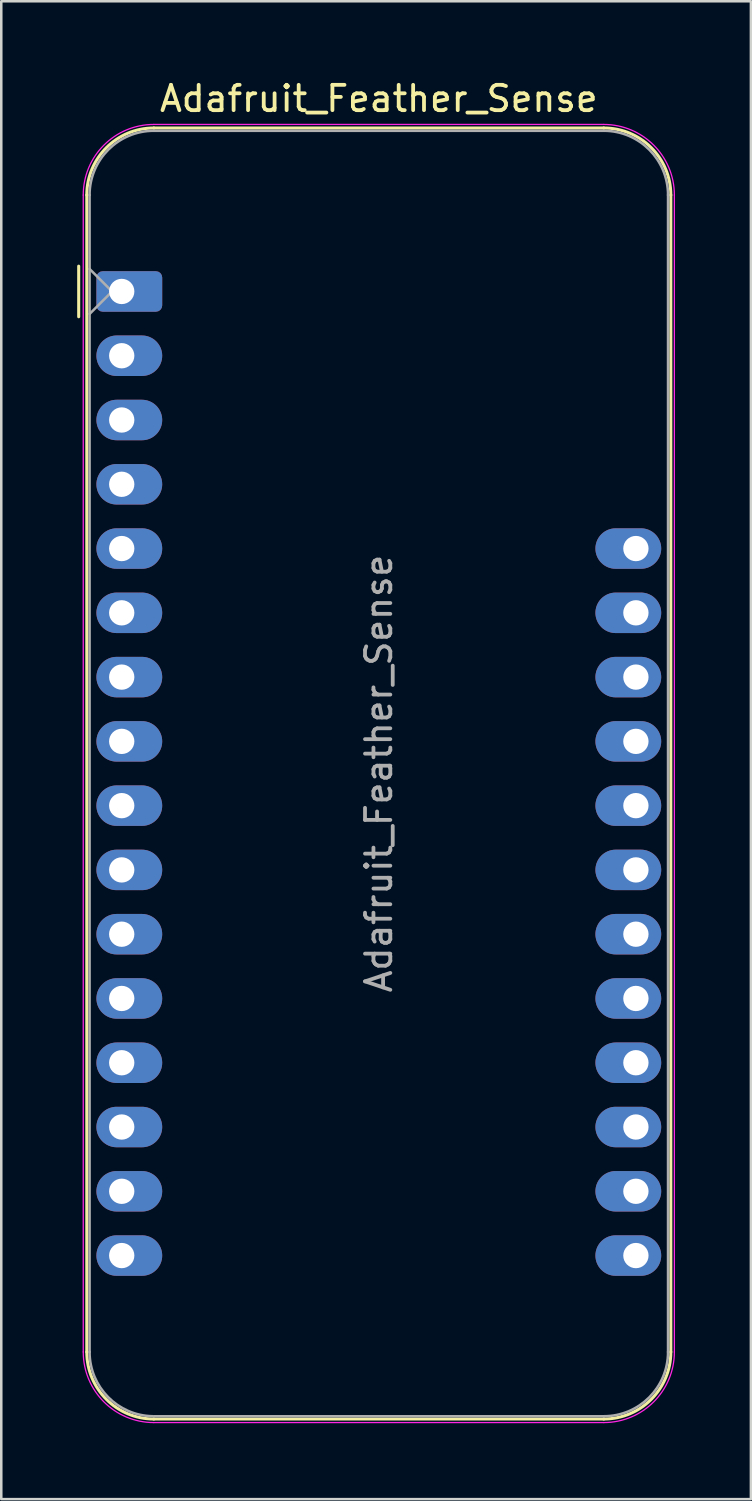
<source format=kicad_pcb>
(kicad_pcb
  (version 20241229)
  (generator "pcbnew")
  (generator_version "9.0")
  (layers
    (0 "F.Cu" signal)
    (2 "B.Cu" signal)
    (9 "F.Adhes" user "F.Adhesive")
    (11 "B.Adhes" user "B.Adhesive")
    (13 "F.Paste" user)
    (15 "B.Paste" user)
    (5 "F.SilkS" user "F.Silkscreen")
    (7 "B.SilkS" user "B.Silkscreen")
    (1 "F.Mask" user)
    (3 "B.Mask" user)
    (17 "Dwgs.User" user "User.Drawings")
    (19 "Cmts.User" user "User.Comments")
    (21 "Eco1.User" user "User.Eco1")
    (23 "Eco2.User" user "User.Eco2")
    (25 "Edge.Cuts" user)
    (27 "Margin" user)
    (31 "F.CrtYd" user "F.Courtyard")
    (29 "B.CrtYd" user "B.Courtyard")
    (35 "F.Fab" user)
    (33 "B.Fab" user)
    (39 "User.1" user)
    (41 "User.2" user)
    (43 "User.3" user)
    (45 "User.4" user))
  (footprint "Adafruit_Feather_Sense"
    (layer "F.Cu")
    (at 1.76 8.468)
    (property "Reference" "Adafruit_Feather_Sense" (at 10.16 -7.62 0) (layer "F.SilkS") (effects (font (size 1 1) (thickness 0.15))))
    (attr through_hole)
    (fp_line (start -1.7 1) (end -1.7 -1) (stroke (width 0.12) (type solid)) (layer "F.SilkS"))
    (fp_line (start -1.38 -3.81) (end -1.38 41.91) (stroke (width 0.12) (type solid)) (layer "F.SilkS"))
    (fp_line (start 19.05 -6.46) (end 1.27 -6.46) (stroke (width 0.12) (type solid)) (layer "F.SilkS"))
    (fp_line (start 19.05 44.56) (end 1.27 44.56) (stroke (width 0.12) (type solid)) (layer "F.SilkS"))
    (fp_line (start 21.7 -3.81) (end 21.7 41.91) (stroke (width 0.12) (type solid)) (layer "F.SilkS"))
    (fp_arc (start -1.38 -3.81) (mid -0.603833 -5.683833) (end 1.27 -6.46) (stroke (width 0.12) (type solid)) (layer "F.SilkS"))
    (fp_arc (start 1.27 44.56) (mid -0.603833 43.783833) (end -1.38 41.91) (stroke (width 0.12) (type solid)) (layer "F.SilkS"))
    (fp_arc (start 19.05 -6.46) (mid 20.923833 -5.683833) (end 21.7 -3.81) (stroke (width 0.12) (type solid)) (layer "F.SilkS"))
    (fp_arc (start 21.7 41.91) (mid 20.923833 43.783833) (end 19.05 44.56) (stroke (width 0.12) (type solid)) (layer "F.SilkS"))
    (fp_line (start -1.52 41.91) (end -1.52 -3.81) (stroke (width 0.05) (type solid)) (layer "F.CrtYd"))
    (fp_line (start 19.05 -6.6) (end 1.27 -6.6) (stroke (width 0.05) (type solid)) (layer "F.CrtYd"))
    (fp_line (start 19.05 44.7) (end 1.27 44.7) (stroke (width 0.05) (type solid)) (layer "F.CrtYd"))
    (fp_line (start 21.84 41.91) (end 21.84 -3.81) (stroke (width 0.05) (type solid)) (layer "F.CrtYd"))
    (fp_arc (start -1.52 -3.81) (mid -0.702828 -5.782828) (end 1.27 -6.6) (stroke (width 0.05) (type solid)) (layer "F.CrtYd"))
    (fp_arc (start 1.27 44.7) (mid -0.702828 43.882828) (end -1.52 41.91) (stroke (width 0.05) (type solid)) (layer "F.CrtYd"))
    (fp_arc (start 19.05 -6.6) (mid 21.022828 -5.782828) (end 21.84 -3.81) (stroke (width 0.05) (type solid)) (layer "F.CrtYd"))
    (fp_arc (start 21.84 41.91) (mid 21.022828 43.882828) (end 19.05 44.7) (stroke (width 0.05) (type solid)) (layer "F.CrtYd"))
    (fp_line (start -1.27 -3.81) (end -1.27 41.91) (stroke (width 0.1) (type solid)) (layer "F.Fab"))
    (fp_line (start -1.27 -0.889) (end -0.381 0) (stroke (width 0.1) (type solid)) (layer "F.Fab"))
    (fp_line (start -0.381 0) (end -1.27 0.889) (stroke (width 0.1) (type solid)) (layer "F.Fab"))
    (fp_line (start 1.27 44.45) (end 19.05 44.45) (stroke (width 0.1) (type solid)) (layer "F.Fab"))
    (fp_line (start 19.05 -6.35) (end 1.27 -6.35) (stroke (width 0.1) (type solid)) (layer "F.Fab"))
    (fp_line (start 21.59 41.91) (end 21.59 -3.81) (stroke (width 0.1) (type solid)) (layer "F.Fab"))
    (fp_arc (start -1.27 -3.81) (mid -0.526051 -5.606051) (end 1.27 -6.35) (stroke (width 0.1) (type solid)) (layer "F.Fab"))
    (fp_arc (start 1.221238 44.449532) (mid -0.543209 43.688728) (end -1.27 41.91) (stroke (width 0.1) (type solid)) (layer "F.Fab"))
    (fp_arc (start 19.05 -6.35) (mid 20.846051 -5.606051) (end 21.59 -3.81) (stroke (width 0.1) (type solid)) (layer "F.Fab"))
    (fp_arc (start 21.59 41.91) (mid 20.846051 43.706051) (end 19.05 44.45) (stroke (width 0.1) (type solid)) (layer "F.Fab"))
    (fp_text user "${REFERENCE}" (at 10.16 19.05 270) (layer "F.Fab") (effects (font (size 1 1) (thickness 0.15))))
    (pad "1" thru_hole roundrect (at 0 0) (size 2.6 1.6) (drill 1 (offset 0.3 0)) (layers "*.Cu" "*.Mask") (roundrect_rratio 0.156))
    (pad "2" thru_hole oval (at 0 2.54) (size 2.6 1.6) (drill 1 (offset 0.3 0)) (layers "*.Cu" "*.Mask"))
    (pad "3" thru_hole oval (at 0 5.08) (size 2.6 1.6) (drill 1 (offset 0.3 0)) (layers "*.Cu" "*.Mask"))
    (pad "4" thru_hole oval (at 0 7.62) (size 2.6 1.6) (drill 1 (offset 0.3 0)) (layers "*.Cu" "*.Mask"))
    (pad "5" thru_hole oval (at 0 10.16) (size 2.6 1.6) (drill 1 (offset 0.3 0)) (layers "*.Cu" "*.Mask"))
    (pad "6" thru_hole oval (at 0 12.7) (size 2.6 1.6) (drill 1 (offset 0.3 0)) (layers "*.Cu" "*.Mask"))
    (pad "7" thru_hole oval (at 0 15.24) (size 2.6 1.6) (drill 1 (offset 0.3 0)) (layers "*.Cu" "*.Mask"))
    (pad "8" thru_hole oval (at 0 17.78) (size 2.6 1.6) (drill 1 (offset 0.3 0)) (layers "*.Cu" "*.Mask"))
    (pad "9" thru_hole oval (at 0 20.32) (size 2.6 1.6) (drill 1 (offset 0.3 0)) (layers "*.Cu" "*.Mask"))
    (pad "10" thru_hole oval (at 0 22.86) (size 2.6 1.6) (drill 1 (offset 0.3 0)) (layers "*.Cu" "*.Mask"))
    (pad "11" thru_hole oval (at 0 25.4) (size 2.6 1.6) (drill 1 (offset 0.3 0)) (layers "*.Cu" "*.Mask"))
    (pad "12" thru_hole oval (at 0 27.94) (size 2.6 1.6) (drill 1 (offset 0.3 0)) (layers "*.Cu" "*.Mask"))
    (pad "13" thru_hole oval (at 0 30.48) (size 2.6 1.6) (drill 1 (offset 0.3 0)) (layers "*.Cu" "*.Mask"))
    (pad "14" thru_hole oval (at 0 33.02) (size 2.6 1.6) (drill 1 (offset 0.3 0)) (layers "*.Cu" "*.Mask"))
    (pad "15" thru_hole oval (at 0 35.56) (size 2.6 1.6) (drill 1 (offset 0.3 0)) (layers "*.Cu" "*.Mask"))
    (pad "16" thru_hole oval (at 0 38.1) (size 2.6 1.6) (drill 1 (offset 0.3 0)) (layers "*.Cu" "*.Mask"))
    (pad "17" thru_hole oval (at 20.32 38.1 180) (size 2.6 1.6) (drill 1 (offset 0.3 0)) (layers "*.Cu" "*.Mask"))
    (pad "18" thru_hole oval (at 20.32 35.56 180) (size 2.6 1.6) (drill 1 (offset 0.3 0)) (layers "*.Cu" "*.Mask"))
    (pad "19" thru_hole oval (at 20.32 33.02 180) (size 2.6 1.6) (drill 1 (offset 0.3 0)) (layers "*.Cu" "*.Mask"))
    (pad "20" thru_hole oval (at 20.32 30.48 180) (size 2.6 1.6) (drill 1 (offset 0.3 0)) (layers "*.Cu" "*.Mask"))
    (pad "21" thru_hole oval (at 20.32 27.94 180) (size 2.6 1.6) (drill 1 (offset 0.3 0)) (layers "*.Cu" "*.Mask"))
    (pad "22" thru_hole oval (at 20.32 25.4 180) (size 2.6 1.6) (drill 1 (offset 0.3 0)) (layers "*.Cu" "*.Mask"))
    (pad "23" thru_hole oval (at 20.32 22.86 180) (size 2.6 1.6) (drill 1 (offset 0.3 0)) (layers "*.Cu" "*.Mask"))
    (pad "24" thru_hole oval (at 20.32 20.32 180) (size 2.6 1.6) (drill 1 (offset 0.3 0)) (layers "*.Cu" "*.Mask"))
    (pad "25" thru_hole oval (at 20.32 17.78 180) (size 2.6 1.6) (drill 1 (offset 0.3 0)) (layers "*.Cu" "*.Mask"))
    (pad "26" thru_hole oval (at 20.32 15.24 180) (size 2.6 1.6) (drill 1 (offset 0.3 0)) (layers "*.Cu" "*.Mask"))
    (pad "27" thru_hole oval (at 20.32 12.7 180) (size 2.6 1.6) (drill 1 (offset 0.3 0)) (layers "*.Cu" "*.Mask"))
    (pad "28" thru_hole oval (at 20.32 10.16 180) (size 2.6 1.6) (drill 1 (offset 0.3 0)) (layers "*.Cu" "*.Mask")))
  (gr_rect
    (start -3 -3)
    (end 26.625 56.193)
    (stroke (width 0.1) (type default))
    (fill no)
    (layer "Edge.Cuts")))
</source>
